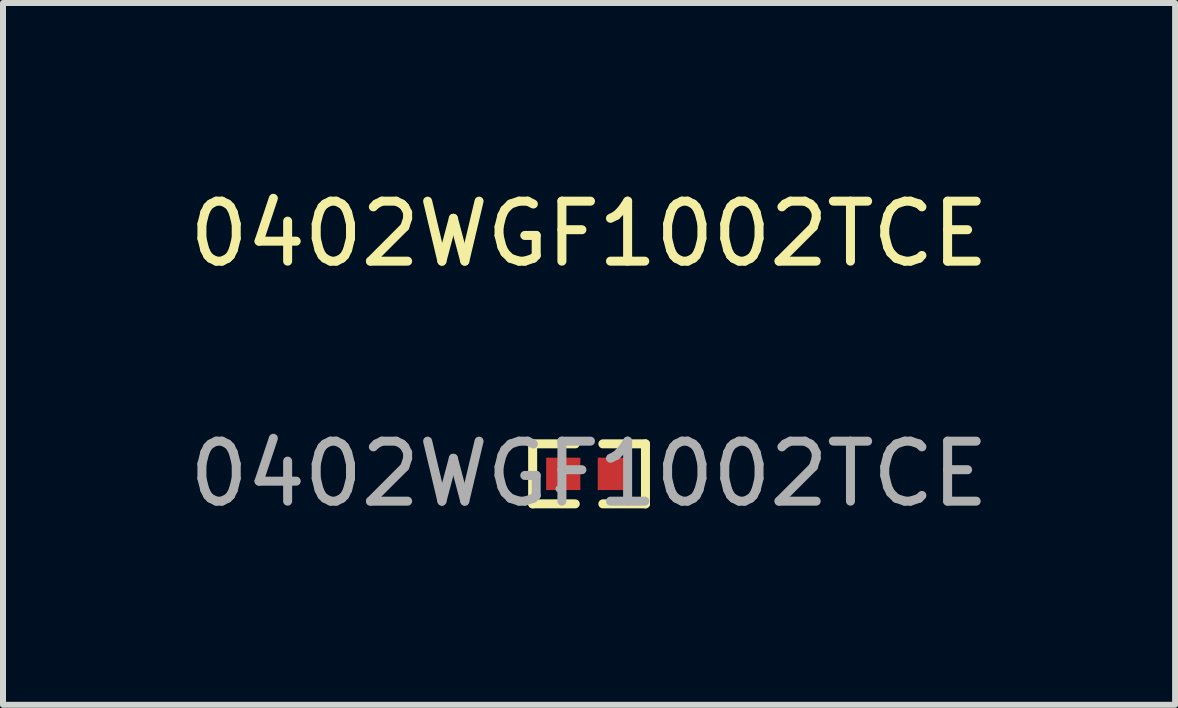
<source format=kicad_pcb>
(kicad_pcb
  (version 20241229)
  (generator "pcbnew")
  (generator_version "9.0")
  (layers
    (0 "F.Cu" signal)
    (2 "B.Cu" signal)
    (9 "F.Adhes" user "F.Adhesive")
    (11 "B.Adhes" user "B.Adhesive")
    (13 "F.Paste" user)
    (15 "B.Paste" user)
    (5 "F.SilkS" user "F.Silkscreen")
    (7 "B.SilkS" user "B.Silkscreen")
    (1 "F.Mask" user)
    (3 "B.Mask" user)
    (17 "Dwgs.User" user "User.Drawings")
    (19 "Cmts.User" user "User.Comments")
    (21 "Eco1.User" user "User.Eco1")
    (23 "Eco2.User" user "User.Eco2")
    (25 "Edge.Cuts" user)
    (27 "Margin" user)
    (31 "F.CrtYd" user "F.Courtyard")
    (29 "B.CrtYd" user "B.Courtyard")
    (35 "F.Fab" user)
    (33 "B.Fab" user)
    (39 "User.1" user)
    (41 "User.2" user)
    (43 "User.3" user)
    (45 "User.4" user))
  (footprint "0402WGF1002TCE"
    (layer "F.Cu")
    (at 6.768 4.848)
    (property "Reference" "0402WGF1002TCE" (at 0 -4 0) (layer "F.SilkS") (effects (font (size 1 1) (thickness 0.15))))
    (attr smd)
    (fp_line (start -0.94 -0.5) (end -0.23 -0.5) (stroke (width 0.15) (type solid)) (layer "F.SilkS"))
    (fp_line (start -0.94 0.5) (end -0.94 -0.5) (stroke (width 0.15) (type solid)) (layer "F.SilkS"))
    (fp_line (start -0.23 0.5) (end -0.94 0.5) (stroke (width 0.15) (type solid)) (layer "F.SilkS"))
    (fp_line (start 0.23 0.5) (end 0.94 0.5) (stroke (width 0.15) (type solid)) (layer "F.SilkS"))
    (fp_line (start 0.94 -0.5) (end 0.23 -0.5) (stroke (width 0.15) (type solid)) (layer "F.SilkS"))
    (fp_line (start 0.94 0.5) (end 0.94 -0.5) (stroke (width 0.15) (type solid)) (layer "F.SilkS"))
    (fp_circle (center -0.5 0.25) (end -0.47 0.25) (stroke (width 0.06) (type solid)) (fill no) (layer "F.Fab"))
    (fp_text user "${REFERENCE}" (at 0 0 0) (layer "F.Fab") (effects (font (size 1 1) (thickness 0.15))))
    (pad "1" smd rect (at -0.43 0) (size 0.57 0.54) (layers "F.Cu" "F.Mask" "F.Paste"))
    (pad "2" smd rect (at 0.43 0) (size 0.57 0.54) (layers "F.Cu" "F.Mask" "F.Paste")))
  (gr_rect
    (start -3 -3)
    (end 16.536 8.697)
    (stroke (width 0.1) (type default))
    (fill no)
    (layer "Edge.Cuts")))
</source>
